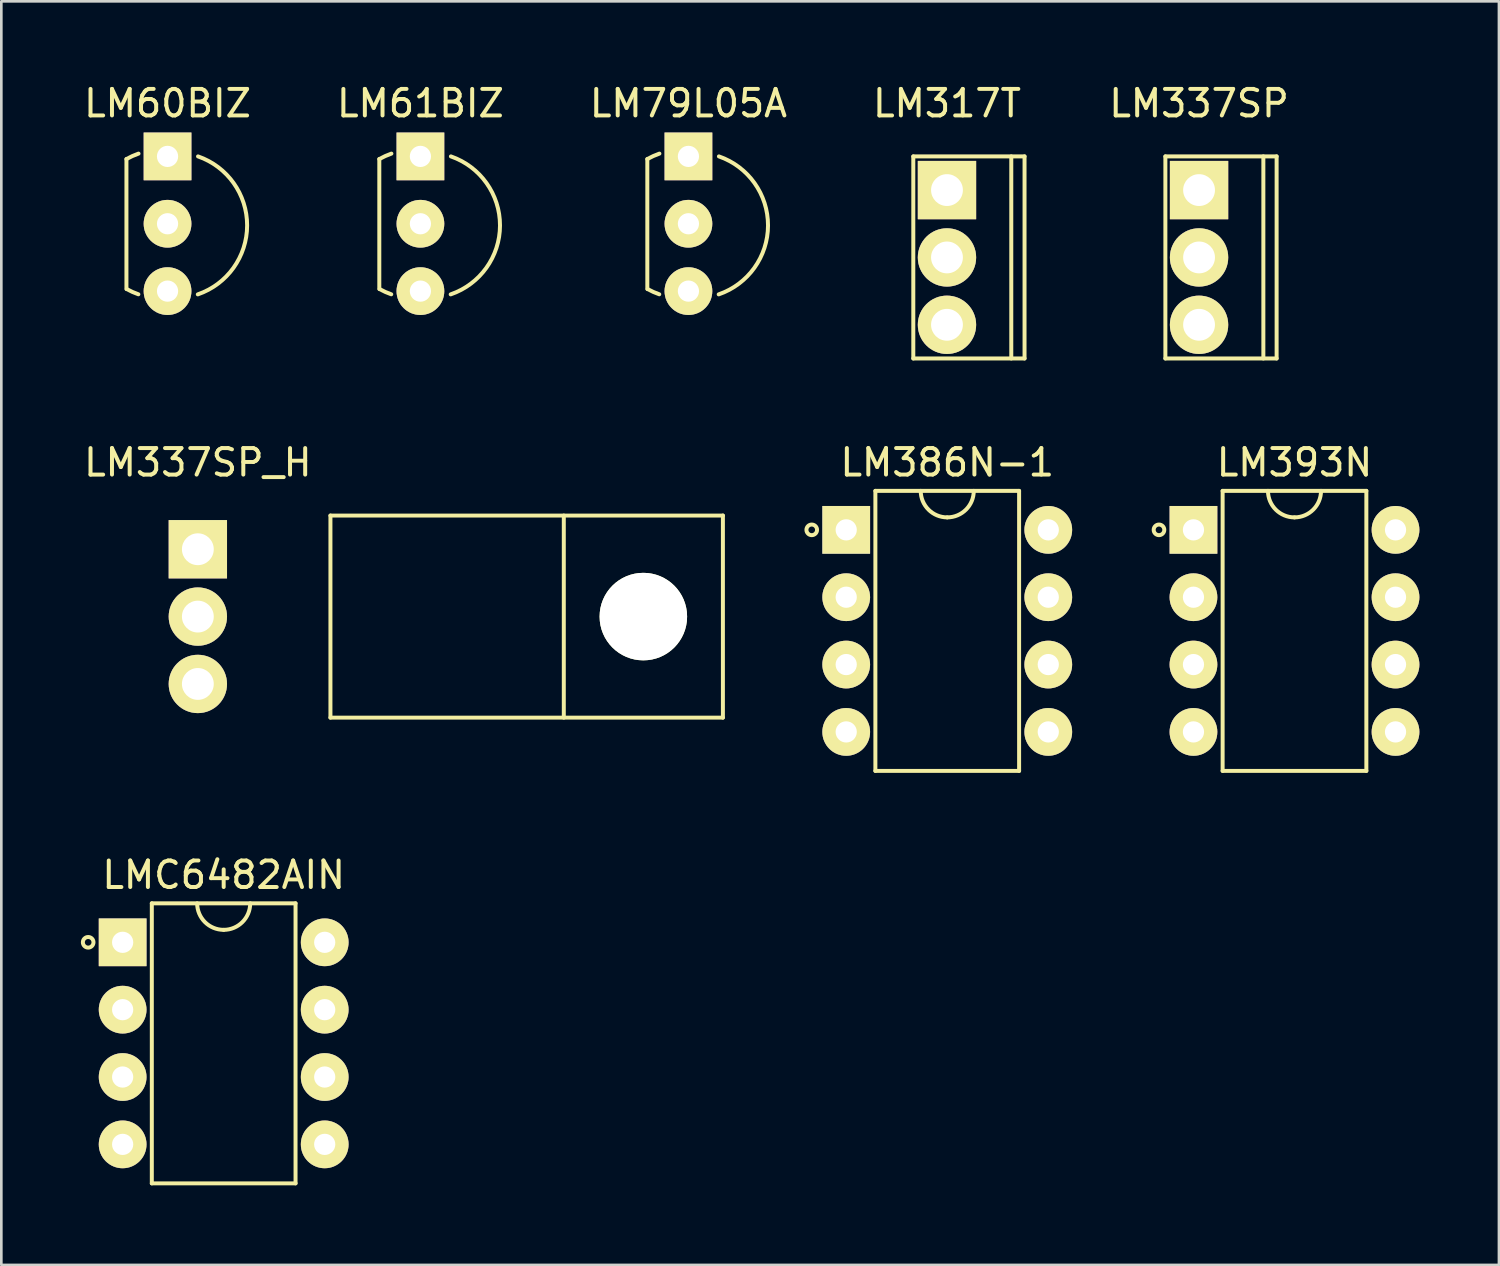
<source format=kicad_pcb>
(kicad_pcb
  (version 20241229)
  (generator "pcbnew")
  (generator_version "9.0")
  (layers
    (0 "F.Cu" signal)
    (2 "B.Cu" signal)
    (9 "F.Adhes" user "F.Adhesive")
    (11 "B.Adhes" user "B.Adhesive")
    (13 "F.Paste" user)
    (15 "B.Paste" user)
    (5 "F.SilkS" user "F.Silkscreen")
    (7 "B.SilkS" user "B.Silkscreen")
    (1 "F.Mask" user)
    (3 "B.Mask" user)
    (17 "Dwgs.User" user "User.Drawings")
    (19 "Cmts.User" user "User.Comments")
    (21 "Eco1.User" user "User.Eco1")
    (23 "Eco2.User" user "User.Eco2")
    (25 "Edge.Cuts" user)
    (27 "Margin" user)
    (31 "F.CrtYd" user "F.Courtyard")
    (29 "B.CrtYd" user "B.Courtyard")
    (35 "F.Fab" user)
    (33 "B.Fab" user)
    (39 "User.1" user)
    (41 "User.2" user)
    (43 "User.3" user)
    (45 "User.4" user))
  (footprint "LM79L05A"
    (layer "F.Cu")
    (at 22.911 2.848)
    (property "Reference" "LM79L05A" (at 0 -2 0) (layer "F.SilkS") (effects (font (size 1 1) (thickness 0.15))))
    (attr through_hole)
    (fp_line (start -1.55 5) (end -1.55 0.1) (stroke (width 0.15) (type solid)) (layer "F.SilkS"))
    (fp_arc (start -1.55 0.1) (mid -1.326783 -0.012505) (end -1.09461 -0.105127) (stroke (width 0.15) (type solid)) (layer "F.SilkS"))
    (fp_arc (start -1.1 5.2) (mid -1.32318 5.111666) (end -1.537812 5.004217) (stroke (width 0.15) (type solid)) (layer "F.SilkS"))
    (fp_arc (start 1.15 0) (mid 3.00136 2.60449) (end 1.14151 5.202923) (stroke (width 0.15) (type solid)) (layer "F.SilkS"))
    (pad "1" thru_hole rect (at 0 0) (size 1.8 1.8) (drill 0.8) (layers "*.Cu" "*.Mask" "F.SilkS"))
    (pad "2" thru_hole circle (at 0 2.54) (size 1.8 1.8) (drill 0.8) (layers "*.Cu" "*.Mask" "F.SilkS"))
    (pad "3" thru_hole circle (at 0 5.08) (size 1.8 1.8) (drill 0.8) (layers "*.Cu" "*.Mask" "F.SilkS")))
  (footprint "LM317T"
    (layer "F.Cu")
    (at 32.661 4.118)
    (property "Reference" "LM317T" (at 0 -3.27 0) (layer "F.SilkS") (effects (font (size 1 1) (thickness 0.15))))
    (attr through_hole)
    (fp_line (start -1.27 -1.27) (end -1.27 6.35) (stroke (width 0.15) (type solid)) (layer "F.SilkS"))
    (fp_line (start -1.27 -1.27) (end 2.925 -1.27) (stroke (width 0.15) (type solid)) (layer "F.SilkS"))
    (fp_line (start -1.27 6.35) (end 2.925 6.35) (stroke (width 0.15) (type solid)) (layer "F.SilkS"))
    (fp_line (start 2.425 -1.27) (end 2.425 6.35) (stroke (width 0.15) (type solid)) (layer "F.SilkS"))
    (fp_line (start 2.925 -1.27) (end 2.925 6.35) (stroke (width 0.15) (type solid)) (layer "F.SilkS"))
    (pad "1" thru_hole rect (at 0 0) (size 2.2 2.2) (drill 1.2) (layers "*.Cu" "*.Mask" "F.SilkS"))
    (pad "2" thru_hole circle (at 0 2.54) (size 2.2 2.2) (drill 1.2) (layers "*.Cu" "*.Mask" "F.SilkS"))
    (pad "3" thru_hole circle (at 0 5.08) (size 2.2 2.2) (drill 1.2) (layers "*.Cu" "*.Mask" "F.SilkS")))
  (footprint "LM61BIZ"
    (layer "F.Cu")
    (at 12.804 2.848)
    (property "Reference" "LM61BIZ" (at 0 -2 0) (layer "F.SilkS") (effects (font (size 1 1) (thickness 0.15))))
    (attr through_hole)
    (fp_line (start -1.55 5) (end -1.55 0.1) (stroke (width 0.15) (type solid)) (layer "F.SilkS"))
    (fp_arc (start -1.55 0.1) (mid -1.326783 -0.012505) (end -1.09461 -0.105127) (stroke (width 0.15) (type solid)) (layer "F.SilkS"))
    (fp_arc (start -1.1 5.2) (mid -1.32318 5.111666) (end -1.537812 5.004217) (stroke (width 0.15) (type solid)) (layer "F.SilkS"))
    (fp_arc (start 1.15 0) (mid 3.00136 2.60449) (end 1.14151 5.202923) (stroke (width 0.15) (type solid)) (layer "F.SilkS"))
    (pad "1" thru_hole rect (at 0 0) (size 1.8 1.8) (drill 0.8) (layers "*.Cu" "*.Mask" "F.SilkS"))
    (pad "2" thru_hole circle (at 0 2.54) (size 1.8 1.8) (drill 0.8) (layers "*.Cu" "*.Mask" "F.SilkS"))
    (pad "3" thru_hole circle (at 0 5.08) (size 1.8 1.8) (drill 0.8) (layers "*.Cu" "*.Mask" "F.SilkS")))
  (footprint "LMC6482AIN"
    (layer "F.Cu")
    (at 1.575 32.485)
    (property "Reference" "LMC6482AIN" (at 3.81 -2.54 0) (layer "F.SilkS") (effects (font (size 1 1) (thickness 0.15))))
    (attr through_hole)
    (fp_line (start 1.1 -1.47) (end 6.52 -1.47) (stroke (width 0.15) (type solid)) (layer "F.SilkS"))
    (fp_line (start 1.1 9.09) (end 1.1 -1.47) (stroke (width 0.15) (type solid)) (layer "F.SilkS"))
    (fp_line (start 6.52 -1.47) (end 6.52 9.09) (stroke (width 0.15) (type solid)) (layer "F.SilkS"))
    (fp_line (start 6.52 9.09) (end 1.1 9.09) (stroke (width 0.15) (type solid)) (layer "F.SilkS"))
    (fp_arc (start 3.81 -0.47) (mid 3.102893 -0.762893) (end 2.81 -1.47) (stroke (width 0.15) (type solid)) (layer "F.SilkS"))
    (fp_arc (start 4.81 -1.47) (mid 4.517107 -0.762893) (end 3.81 -0.47) (stroke (width 0.15) (type solid)) (layer "F.SilkS"))
    (fp_circle (center -1.3 0) (end -1.3 0.2) (stroke (width 0.15) (type solid)) (fill no) (layer "F.SilkS"))
    (pad "1" thru_hole rect (at 0 0) (size 1.8 1.8) (drill 0.8) (layers "*.Cu" "*.Mask" "F.SilkS"))
    (pad "2" thru_hole circle (at 0 2.54) (size 1.8 1.8) (drill 0.8) (layers "*.Cu" "*.Mask" "F.SilkS"))
    (pad "3" thru_hole circle (at 0 5.08) (size 1.8 1.8) (drill 0.8) (layers "*.Cu" "*.Mask" "F.SilkS"))
    (pad "4" thru_hole circle (at 0 7.62) (size 1.8 1.8) (drill 0.8) (layers "*.Cu" "*.Mask" "F.SilkS"))
    (pad "5" thru_hole circle (at 7.62 7.62) (size 1.8 1.8) (drill 0.8) (layers "*.Cu" "*.Mask" "F.SilkS"))
    (pad "6" thru_hole circle (at 7.62 5.08) (size 1.8 1.8) (drill 0.8) (layers "*.Cu" "*.Mask" "F.SilkS"))
    (pad "7" thru_hole circle (at 7.62 2.54) (size 1.8 1.8) (drill 0.8) (layers "*.Cu" "*.Mask" "F.SilkS"))
    (pad "8" thru_hole circle (at 7.62 0) (size 1.8 1.8) (drill 0.8) (layers "*.Cu" "*.Mask" "F.SilkS")))
  (footprint "LM393N"
    (layer "F.Cu")
    (at 41.956 16.931)
    (property "Reference" "LM393N" (at 3.81 -2.54 0) (layer "F.SilkS") (effects (font (size 1 1) (thickness 0.15))))
    (attr through_hole)
    (fp_line (start 1.1 -1.47) (end 6.52 -1.47) (stroke (width 0.15) (type solid)) (layer "F.SilkS"))
    (fp_line (start 1.1 9.09) (end 1.1 -1.47) (stroke (width 0.15) (type solid)) (layer "F.SilkS"))
    (fp_line (start 6.52 -1.47) (end 6.52 9.09) (stroke (width 0.15) (type solid)) (layer "F.SilkS"))
    (fp_line (start 6.52 9.09) (end 1.1 9.09) (stroke (width 0.15) (type solid)) (layer "F.SilkS"))
    (fp_arc (start 3.81 -0.47) (mid 3.102893 -0.762893) (end 2.81 -1.47) (stroke (width 0.15) (type solid)) (layer "F.SilkS"))
    (fp_arc (start 4.81 -1.47) (mid 4.517107 -0.762893) (end 3.81 -0.47) (stroke (width 0.15) (type solid)) (layer "F.SilkS"))
    (fp_circle (center -1.3 0) (end -1.3 0.2) (stroke (width 0.15) (type solid)) (fill no) (layer "F.SilkS"))
    (pad "1" thru_hole rect (at 0 0) (size 1.8 1.8) (drill 0.8) (layers "*.Cu" "*.Mask" "F.SilkS"))
    (pad "2" thru_hole circle (at 0 2.54) (size 1.8 1.8) (drill 0.8) (layers "*.Cu" "*.Mask" "F.SilkS"))
    (pad "3" thru_hole circle (at 0 5.08) (size 1.8 1.8) (drill 0.8) (layers "*.Cu" "*.Mask" "F.SilkS"))
    (pad "4" thru_hole circle (at 0 7.62) (size 1.8 1.8) (drill 0.8) (layers "*.Cu" "*.Mask" "F.SilkS"))
    (pad "5" thru_hole circle (at 7.62 7.62) (size 1.8 1.8) (drill 0.8) (layers "*.Cu" "*.Mask" "F.SilkS"))
    (pad "6" thru_hole circle (at 7.62 5.08) (size 1.8 1.8) (drill 0.8) (layers "*.Cu" "*.Mask" "F.SilkS"))
    (pad "7" thru_hole circle (at 7.62 2.54) (size 1.8 1.8) (drill 0.8) (layers "*.Cu" "*.Mask" "F.SilkS"))
    (pad "8" thru_hole circle (at 7.62 0) (size 1.8 1.8) (drill 0.8) (layers "*.Cu" "*.Mask" "F.SilkS")))
  (footprint "LM60BIZ"
    (layer "F.Cu")
    (at 3.268 2.848)
    (property "Reference" "LM60BIZ" (at 0 -2 0) (layer "F.SilkS") (effects (font (size 1 1) (thickness 0.15))))
    (attr through_hole)
    (fp_line (start -1.55 5) (end -1.55 0.1) (stroke (width 0.15) (type solid)) (layer "F.SilkS"))
    (fp_arc (start -1.55 0.1) (mid -1.326783 -0.012505) (end -1.09461 -0.105127) (stroke (width 0.15) (type solid)) (layer "F.SilkS"))
    (fp_arc (start -1.1 5.2) (mid -1.32318 5.111666) (end -1.537812 5.004217) (stroke (width 0.15) (type solid)) (layer "F.SilkS"))
    (fp_arc (start 1.15 0) (mid 3.00136 2.60449) (end 1.14151 5.202923) (stroke (width 0.15) (type solid)) (layer "F.SilkS"))
    (pad "1" thru_hole rect (at 0 0) (size 1.8 1.8) (drill 0.8) (layers "*.Cu" "*.Mask" "F.SilkS"))
    (pad "2" thru_hole circle (at 0 2.54) (size 1.8 1.8) (drill 0.8) (layers "*.Cu" "*.Mask" "F.SilkS"))
    (pad "3" thru_hole circle (at 0 5.08) (size 1.8 1.8) (drill 0.8) (layers "*.Cu" "*.Mask" "F.SilkS")))
  (footprint "LM386N-1"
    (layer "F.Cu")
    (at 28.861 16.931)
    (property "Reference" "LM386N-1" (at 3.81 -2.54 0) (layer "F.SilkS") (effects (font (size 1 1) (thickness 0.15))))
    (attr through_hole)
    (fp_line (start 1.1 -1.47) (end 6.52 -1.47) (stroke (width 0.15) (type solid)) (layer "F.SilkS"))
    (fp_line (start 1.1 9.09) (end 1.1 -1.47) (stroke (width 0.15) (type solid)) (layer "F.SilkS"))
    (fp_line (start 6.52 -1.47) (end 6.52 9.09) (stroke (width 0.15) (type solid)) (layer "F.SilkS"))
    (fp_line (start 6.52 9.09) (end 1.1 9.09) (stroke (width 0.15) (type solid)) (layer "F.SilkS"))
    (fp_arc (start 3.81 -0.47) (mid 3.102893 -0.762893) (end 2.81 -1.47) (stroke (width 0.15) (type solid)) (layer "F.SilkS"))
    (fp_arc (start 4.81 -1.47) (mid 4.517107 -0.762893) (end 3.81 -0.47) (stroke (width 0.15) (type solid)) (layer "F.SilkS"))
    (fp_circle (center -1.3 0) (end -1.3 0.2) (stroke (width 0.15) (type solid)) (fill no) (layer "F.SilkS"))
    (pad "1" thru_hole rect (at 0 0) (size 1.8 1.8) (drill 0.8) (layers "*.Cu" "*.Mask" "F.SilkS"))
    (pad "2" thru_hole circle (at 0 2.54) (size 1.8 1.8) (drill 0.8) (layers "*.Cu" "*.Mask" "F.SilkS"))
    (pad "3" thru_hole circle (at 0 5.08) (size 1.8 1.8) (drill 0.8) (layers "*.Cu" "*.Mask" "F.SilkS"))
    (pad "4" thru_hole circle (at 0 7.62) (size 1.8 1.8) (drill 0.8) (layers "*.Cu" "*.Mask" "F.SilkS"))
    (pad "5" thru_hole circle (at 7.62 7.62) (size 1.8 1.8) (drill 0.8) (layers "*.Cu" "*.Mask" "F.SilkS"))
    (pad "6" thru_hole circle (at 7.62 5.08) (size 1.8 1.8) (drill 0.8) (layers "*.Cu" "*.Mask" "F.SilkS"))
    (pad "7" thru_hole circle (at 7.62 2.54) (size 1.8 1.8) (drill 0.8) (layers "*.Cu" "*.Mask" "F.SilkS"))
    (pad "8" thru_hole circle (at 7.62 0) (size 1.8 1.8) (drill 0.8) (layers "*.Cu" "*.Mask" "F.SilkS")))
  (footprint "LM337SP_H"
    (layer "F.Cu")
    (at 4.411 17.662)
    (property "Reference" "LM337SP_H" (at 0 -3.27 0) (layer "F.SilkS") (effects (font (size 1 1) (thickness 0.15))))
    (attr through_hole)
    (fp_line (start 5 -1.27) (end 5 6.35) (stroke (width 0.15) (type solid)) (layer "F.SilkS"))
    (fp_line (start 5 -1.27) (end 19.8 -1.27) (stroke (width 0.15) (type solid)) (layer "F.SilkS"))
    (fp_line (start 5 6.35) (end 19.8 6.35) (stroke (width 0.15) (type solid)) (layer "F.SilkS"))
    (fp_line (start 13.8 -1.27) (end 13.8 6.35) (stroke (width 0.15) (type solid)) (layer "F.SilkS"))
    (fp_line (start 19.8 -1.27) (end 19.8 6.35) (stroke (width 0.15) (type solid)) (layer "F.SilkS"))
    (pad "" np_thru_hole circle (at 16.8 2.54) (size 3.3 3.3) (drill 3.3) (layers "*.Cu" "*.Mask" "F.SilkS"))
    (pad "1" thru_hole rect (at 0 0) (size 2.2 2.2) (drill 1.2) (layers "*.Cu" "*.Mask" "F.SilkS"))
    (pad "2" thru_hole circle (at 0 2.54) (size 2.2 2.2) (drill 1.2) (layers "*.Cu" "*.Mask" "F.SilkS"))
    (pad "3" thru_hole circle (at 0 5.08) (size 2.2 2.2) (drill 1.2) (layers "*.Cu" "*.Mask" "F.SilkS")))
  (footprint "LM337SP"
    (layer "F.Cu")
    (at 42.167 4.118)
    (property "Reference" "LM337SP" (at 0 -3.27 0) (layer "F.SilkS") (effects (font (size 1 1) (thickness 0.15))))
    (attr through_hole)
    (fp_line (start -1.27 -1.27) (end -1.27 6.35) (stroke (width 0.15) (type solid)) (layer "F.SilkS"))
    (fp_line (start -1.27 -1.27) (end 2.925 -1.27) (stroke (width 0.15) (type solid)) (layer "F.SilkS"))
    (fp_line (start -1.27 6.35) (end 2.925 6.35) (stroke (width 0.15) (type solid)) (layer "F.SilkS"))
    (fp_line (start 2.425 -1.27) (end 2.425 6.35) (stroke (width 0.15) (type solid)) (layer "F.SilkS"))
    (fp_line (start 2.925 -1.27) (end 2.925 6.35) (stroke (width 0.15) (type solid)) (layer "F.SilkS"))
    (pad "1" thru_hole rect (at 0 0) (size 2.2 2.2) (drill 1.2) (layers "*.Cu" "*.Mask" "F.SilkS"))
    (pad "2" thru_hole circle (at 0 2.54) (size 2.2 2.2) (drill 1.2) (layers "*.Cu" "*.Mask" "F.SilkS"))
    (pad "3" thru_hole circle (at 0 5.08) (size 2.2 2.2) (drill 1.2) (layers "*.Cu" "*.Mask" "F.SilkS")))
  (gr_rect
    (start -3 -3)
    (end 53.476 44.65)
    (stroke (width 0.1) (type default))
    (fill no)
    (layer "Edge.Cuts")))
</source>
